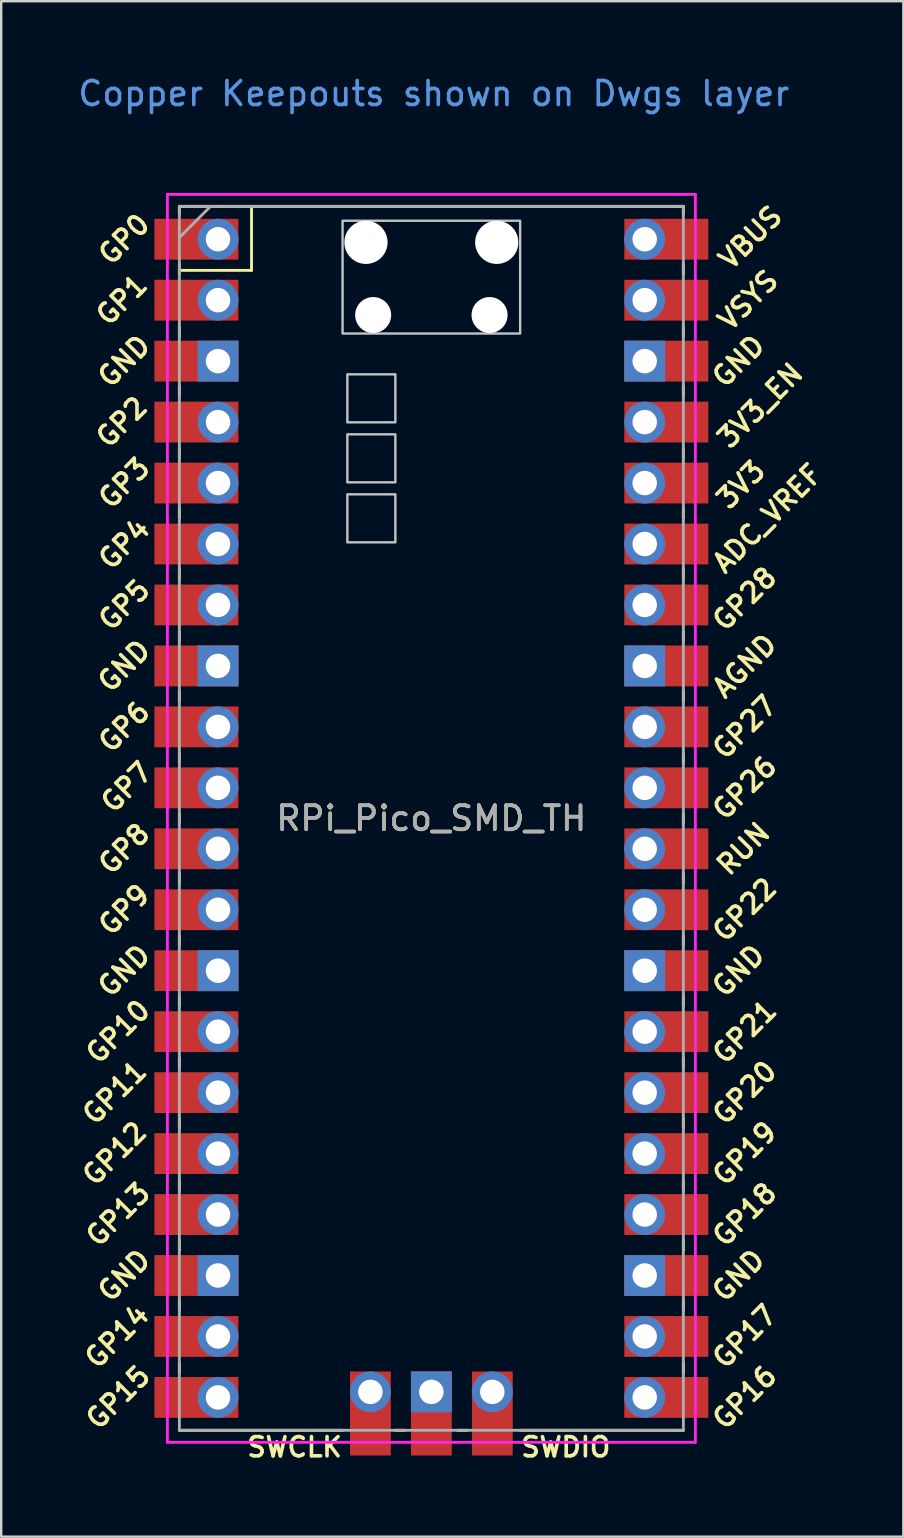
<source format=kicad_pcb>
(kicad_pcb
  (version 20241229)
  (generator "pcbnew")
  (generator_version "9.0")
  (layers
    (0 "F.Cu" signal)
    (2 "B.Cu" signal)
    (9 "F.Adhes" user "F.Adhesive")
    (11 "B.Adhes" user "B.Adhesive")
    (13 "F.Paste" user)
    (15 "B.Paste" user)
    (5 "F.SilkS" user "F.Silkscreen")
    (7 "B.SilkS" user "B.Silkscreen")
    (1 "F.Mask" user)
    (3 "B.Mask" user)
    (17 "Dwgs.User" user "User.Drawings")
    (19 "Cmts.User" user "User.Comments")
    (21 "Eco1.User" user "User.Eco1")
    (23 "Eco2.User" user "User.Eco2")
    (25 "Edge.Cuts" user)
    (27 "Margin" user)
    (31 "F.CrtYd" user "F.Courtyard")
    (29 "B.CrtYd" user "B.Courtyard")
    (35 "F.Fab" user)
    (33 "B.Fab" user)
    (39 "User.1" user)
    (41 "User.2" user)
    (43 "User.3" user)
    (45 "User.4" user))
  (footprint "RPi_Pico_SMD_TH"
    (layer "F.Cu")
    (at 14.924 31.048)
    (property "Reference" "RPi_Pico_SMD_TH" (at 0 0 0) (layer "F.SilkS") (effects (font (size 1 1) (thickness 0.15))))
    (attr through_hole)
    (fp_line (start -10.5 -25.5) (end -10.5 -25.2) (stroke (width 0.12) (type solid)) (layer "F.SilkS"))
    (fp_line (start -10.5 -25.5) (end 10.5 -25.5) (stroke (width 0.12) (type solid)) (layer "F.SilkS"))
    (fp_line (start -10.5 -23.1) (end -10.5 -22.7) (stroke (width 0.12) (type solid)) (layer "F.SilkS"))
    (fp_line (start -10.5 -22.833) (end -7.493 -22.833) (stroke (width 0.12) (type solid)) (layer "F.SilkS"))
    (fp_line (start -10.5 -20.5) (end -10.5 -20.1) (stroke (width 0.12) (type solid)) (layer "F.SilkS"))
    (fp_line (start -10.5 -18) (end -10.5 -17.6) (stroke (width 0.12) (type solid)) (layer "F.SilkS"))
    (fp_line (start -10.5 -15.4) (end -10.5 -15) (stroke (width 0.12) (type solid)) (layer "F.SilkS"))
    (fp_line (start -10.5 -12.9) (end -10.5 -12.5) (stroke (width 0.12) (type solid)) (layer "F.SilkS"))
    (fp_line (start -10.5 -10.4) (end -10.5 -10) (stroke (width 0.12) (type solid)) (layer "F.SilkS"))
    (fp_line (start -10.5 -7.8) (end -10.5 -7.4) (stroke (width 0.12) (type solid)) (layer "F.SilkS"))
    (fp_line (start -10.5 -5.3) (end -10.5 -4.9) (stroke (width 0.12) (type solid)) (layer "F.SilkS"))
    (fp_line (start -10.5 -2.7) (end -10.5 -2.3) (stroke (width 0.12) (type solid)) (layer "F.SilkS"))
    (fp_line (start -10.5 -0.2) (end -10.5 0.2) (stroke (width 0.12) (type solid)) (layer "F.SilkS"))
    (fp_line (start -10.5 2.3) (end -10.5 2.7) (stroke (width 0.12) (type solid)) (layer "F.SilkS"))
    (fp_line (start -10.5 4.9) (end -10.5 5.3) (stroke (width 0.12) (type solid)) (layer "F.SilkS"))
    (fp_line (start -10.5 7.4) (end -10.5 7.8) (stroke (width 0.12) (type solid)) (layer "F.SilkS"))
    (fp_line (start -10.5 10) (end -10.5 10.4) (stroke (width 0.12) (type solid)) (layer "F.SilkS"))
    (fp_line (start -10.5 12.5) (end -10.5 12.9) (stroke (width 0.12) (type solid)) (layer "F.SilkS"))
    (fp_line (start -10.5 15.1) (end -10.5 15.5) (stroke (width 0.12) (type solid)) (layer "F.SilkS"))
    (fp_line (start -10.5 17.6) (end -10.5 18) (stroke (width 0.12) (type solid)) (layer "F.SilkS"))
    (fp_line (start -10.5 20.1) (end -10.5 20.5) (stroke (width 0.12) (type solid)) (layer "F.SilkS"))
    (fp_line (start -10.5 22.7) (end -10.5 23.1) (stroke (width 0.12) (type solid)) (layer "F.SilkS"))
    (fp_line (start -7.493 -22.833) (end -7.493 -25.5) (stroke (width 0.12) (type solid)) (layer "F.SilkS"))
    (fp_line (start -3.7 25.5) (end -10.5 25.5) (stroke (width 0.12) (type solid)) (layer "F.SilkS"))
    (fp_line (start -1.5 25.5) (end -1.1 25.5) (stroke (width 0.12) (type solid)) (layer "F.SilkS"))
    (fp_line (start 1.1 25.5) (end 1.5 25.5) (stroke (width 0.12) (type solid)) (layer "F.SilkS"))
    (fp_line (start 10.5 -25.5) (end 10.5 -25.2) (stroke (width 0.12) (type solid)) (layer "F.SilkS"))
    (fp_line (start 10.5 -23.1) (end 10.5 -22.7) (stroke (width 0.12) (type solid)) (layer "F.SilkS"))
    (fp_line (start 10.5 -20.5) (end 10.5 -20.1) (stroke (width 0.12) (type solid)) (layer "F.SilkS"))
    (fp_line (start 10.5 -18) (end 10.5 -17.6) (stroke (width 0.12) (type solid)) (layer "F.SilkS"))
    (fp_line (start 10.5 -15.4) (end 10.5 -15) (stroke (width 0.12) (type solid)) (layer "F.SilkS"))
    (fp_line (start 10.5 -12.9) (end 10.5 -12.5) (stroke (width 0.12) (type solid)) (layer "F.SilkS"))
    (fp_line (start 10.5 -10.4) (end 10.5 -10) (stroke (width 0.12) (type solid)) (layer "F.SilkS"))
    (fp_line (start 10.5 -7.8) (end 10.5 -7.4) (stroke (width 0.12) (type solid)) (layer "F.SilkS"))
    (fp_line (start 10.5 -5.3) (end 10.5 -4.9) (stroke (width 0.12) (type solid)) (layer "F.SilkS"))
    (fp_line (start 10.5 -2.7) (end 10.5 -2.3) (stroke (width 0.12) (type solid)) (layer "F.SilkS"))
    (fp_line (start 10.5 -0.2) (end 10.5 0.2) (stroke (width 0.12) (type solid)) (layer "F.SilkS"))
    (fp_line (start 10.5 2.3) (end 10.5 2.7) (stroke (width 0.12) (type solid)) (layer "F.SilkS"))
    (fp_line (start 10.5 4.9) (end 10.5 5.3) (stroke (width 0.12) (type solid)) (layer "F.SilkS"))
    (fp_line (start 10.5 7.4) (end 10.5 7.8) (stroke (width 0.12) (type solid)) (layer "F.SilkS"))
    (fp_line (start 10.5 10) (end 10.5 10.4) (stroke (width 0.12) (type solid)) (layer "F.SilkS"))
    (fp_line (start 10.5 12.5) (end 10.5 12.9) (stroke (width 0.12) (type solid)) (layer "F.SilkS"))
    (fp_line (start 10.5 15.1) (end 10.5 15.5) (stroke (width 0.12) (type solid)) (layer "F.SilkS"))
    (fp_line (start 10.5 17.6) (end 10.5 18) (stroke (width 0.12) (type solid)) (layer "F.SilkS"))
    (fp_line (start 10.5 20.1) (end 10.5 20.5) (stroke (width 0.12) (type solid)) (layer "F.SilkS"))
    (fp_line (start 10.5 22.7) (end 10.5 23.1) (stroke (width 0.12) (type solid)) (layer "F.SilkS"))
    (fp_line (start 10.5 25.5) (end 3.7 25.5) (stroke (width 0.12) (type solid)) (layer "F.SilkS"))
    (fp_poly (pts (xy -1.5 -16.5) (xy -3.5 -16.5) (xy -3.5 -18.5) (xy -1.5 -18.5)) (stroke (width 0.1) (type solid)) (fill no) (layer "Dwgs.User"))
    (fp_poly (pts (xy -1.5 -14) (xy -3.5 -14) (xy -3.5 -16) (xy -1.5 -16)) (stroke (width 0.1) (type solid)) (fill no) (layer "Dwgs.User"))
    (fp_poly (pts (xy -1.5 -11.5) (xy -3.5 -11.5) (xy -3.5 -13.5) (xy -1.5 -13.5)) (stroke (width 0.1) (type solid)) (fill no) (layer "Dwgs.User"))
    (fp_poly (pts (xy 3.7 -20.2) (xy -3.7 -20.2) (xy -3.7 -24.9) (xy 3.7 -24.9)) (stroke (width 0.1) (type solid)) (fill no) (layer "Dwgs.User"))
    (fp_line (start -11 -26) (end 11 -26) (stroke (width 0.12) (type solid)) (layer "F.CrtYd"))
    (fp_line (start -11 26) (end -11 -26) (stroke (width 0.12) (type solid)) (layer "F.CrtYd"))
    (fp_line (start 11 -26) (end 11 26) (stroke (width 0.12) (type solid)) (layer "F.CrtYd"))
    (fp_line (start 11 26) (end -11 26) (stroke (width 0.12) (type solid)) (layer "F.CrtYd"))
    (fp_line (start -10.5 -25.5) (end 10.5 -25.5) (stroke (width 0.12) (type solid)) (layer "F.Fab"))
    (fp_line (start -10.5 -24.2) (end -9.2 -25.5) (stroke (width 0.12) (type solid)) (layer "F.Fab"))
    (fp_line (start -10.5 25.5) (end -10.5 -25.5) (stroke (width 0.12) (type solid)) (layer "F.Fab"))
    (fp_line (start 10.5 -25.5) (end 10.5 25.5) (stroke (width 0.12) (type solid)) (layer "F.Fab"))
    (fp_line (start 10.5 25.5) (end -10.5 25.5) (stroke (width 0.12) (type solid)) (layer "F.Fab"))
    (fp_text user "3V3" (at 12.9 -13.9 45) (layer "F.SilkS") (effects (font (size 0.8 0.8) (thickness 0.15))))
    (fp_text user "GP7" (at -12.7 -1.3 45) (layer "F.SilkS") (effects (font (size 0.8 0.8) (thickness 0.15))))
    (fp_text user "GND" (at 12.8 -19.05 45) (layer "F.SilkS") (effects (font (size 0.8 0.8) (thickness 0.15))))
    (fp_text user "GP2" (at -12.9 -16.51 45) (layer "F.SilkS") (effects (font (size 0.8 0.8) (thickness 0.15))))
    (fp_text user "AGND" (at 13.054 -6.35 45) (layer "F.SilkS") (effects (font (size 0.8 0.8) (thickness 0.15))))
    (fp_text user "GND" (at 12.8 6.35 45) (layer "F.SilkS") (effects (font (size 0.8 0.8) (thickness 0.15))))
    (fp_text user "GP17" (at 13.054 21.59 45) (layer "F.SilkS") (effects (font (size 0.8 0.8) (thickness 0.15))))
    (fp_text user "GP4" (at -12.8 -11.43 45) (layer "F.SilkS") (effects (font (size 0.8 0.8) (thickness 0.15))))
    (fp_text user "GP16" (at 13.054 24.13 45) (layer "F.SilkS") (effects (font (size 0.8 0.8) (thickness 0.15))))
    (fp_text user "GP6" (at -12.8 -3.81 45) (layer "F.SilkS") (effects (font (size 0.8 0.8) (thickness 0.15))))
    (fp_text user "RUN" (at 13 1.27 45) (layer "F.SilkS") (effects (font (size 0.8 0.8) (thickness 0.15))))
    (fp_text user "GND" (at 12.8 19.05 45) (layer "F.SilkS") (effects (font (size 0.8 0.8) (thickness 0.15))))
    (fp_text user "GP9" (at -12.8 3.81 45) (layer "F.SilkS") (effects (font (size 0.8 0.8) (thickness 0.15))))
    (fp_text user "GP18" (at 13.054 16.51 45) (layer "F.SilkS") (effects (font (size 0.8 0.8) (thickness 0.15))))
    (fp_text user "GND" (at -12.8 6.35 45) (layer "F.SilkS") (effects (font (size 0.8 0.8) (thickness 0.15))))
    (fp_text user "GP22" (at 13.054 3.81 45) (layer "F.SilkS") (effects (font (size 0.8 0.8) (thickness 0.15))))
    (fp_text user "GP10" (at -13.054 8.89 45) (layer "F.SilkS") (effects (font (size 0.8 0.8) (thickness 0.15))))
    (fp_text user "ADC_VREF" (at 14 -12.5 45) (layer "F.SilkS") (effects (font (size 0.8 0.8) (thickness 0.15))))
    (fp_text user "GP27" (at 13.054 -3.8 45) (layer "F.SilkS") (effects (font (size 0.8 0.8) (thickness 0.15))))
    (fp_text user "SWDIO" (at 5.6 26.2 0) (layer "F.SilkS") (effects (font (size 0.8 0.8) (thickness 0.15))))
    (fp_text user "GND" (at -12.8 -6.35 45) (layer "F.SilkS") (effects (font (size 0.8 0.8) (thickness 0.15))))
    (fp_text user "GP15" (at -13.054 24.13 45) (layer "F.SilkS") (effects (font (size 0.8 0.8) (thickness 0.15))))
    (fp_text user "GND" (at -12.8 19.05 45) (layer "F.SilkS") (effects (font (size 0.8 0.8) (thickness 0.15))))
    (fp_text user "GP14" (at -13.1 21.59 45) (layer "F.SilkS") (effects (font (size 0.8 0.8) (thickness 0.15))))
    (fp_text user "VSYS" (at 13.2 -21.59 45) (layer "F.SilkS") (effects (font (size 0.8 0.8) (thickness 0.15))))
    (fp_text user "GP28" (at 13.054 -9.144 45) (layer "F.SilkS") (effects (font (size 0.8 0.8) (thickness 0.15))))
    (fp_text user "GP8" (at -12.8 1.27 45) (layer "F.SilkS") (effects (font (size 0.8 0.8) (thickness 0.15))))
    (fp_text user "GP26" (at 13.054 -1.27 45) (layer "F.SilkS") (effects (font (size 0.8 0.8) (thickness 0.15))))
    (fp_text user "GP19" (at 13.054 13.97 45) (layer "F.SilkS") (effects (font (size 0.8 0.8) (thickness 0.15))))
    (fp_text user "GP13" (at -13.054 16.51 45) (layer "F.SilkS") (effects (font (size 0.8 0.8) (thickness 0.15))))
    (fp_text user "GP3" (at -12.8 -13.97 45) (layer "F.SilkS") (effects (font (size 0.8 0.8) (thickness 0.15))))
    (fp_text user "GP5" (at -12.8 -8.89 45) (layer "F.SilkS") (effects (font (size 0.8 0.8) (thickness 0.15))))
    (fp_text user "SWCLK" (at -5.7 26.2 0) (layer "F.SilkS") (effects (font (size 0.8 0.8) (thickness 0.15))))
    (fp_text user "GP11" (at -13.2 11.43 45) (layer "F.SilkS") (effects (font (size 0.8 0.8) (thickness 0.15))))
    (fp_text user "GP21" (at 13.054 8.9 45) (layer "F.SilkS") (effects (font (size 0.8 0.8) (thickness 0.15))))
    (fp_text user "GP1" (at -12.9 -21.6 45) (layer "F.SilkS") (effects (font (size 0.8 0.8) (thickness 0.15))))
    (fp_text user "3V3_EN" (at 13.7 -17.2 45) (layer "F.SilkS") (effects (font (size 0.8 0.8) (thickness 0.15))))
    (fp_text user "GP20" (at 13.054 11.43 45) (layer "F.SilkS") (effects (font (size 0.8 0.8) (thickness 0.15))))
    (fp_text user "GP0" (at -12.8 -24.13 45) (layer "F.SilkS") (effects (font (size 0.8 0.8) (thickness 0.15))))
    (fp_text user "VBUS" (at 13.3 -24.2 45) (layer "F.SilkS") (effects (font (size 0.8 0.8) (thickness 0.15))))
    (fp_text user "GP12" (at -13.2 13.97 45) (layer "F.SilkS") (effects (font (size 0.8 0.8) (thickness 0.15))))
    (fp_text user "GND" (at -12.8 -19.05 45) (layer "F.SilkS") (effects (font (size 0.8 0.8) (thickness 0.15))))
    (fp_text user "Copper Keepouts shown on Dwgs layer" (at 0.1 -30.2 0) (layer "Cmts.User") (effects (font (size 1 1) (thickness 0.15))))
    (fp_text user "${REFERENCE}" (at 0 0 180) (layer "F.Fab") (effects (font (size 1 1) (thickness 0.15))))
    (pad "" np_thru_hole oval (at -2.725 -24) (size 1.8 1.8) (drill 1.8) (layers "*.Cu" "*.Mask"))
    (pad "" np_thru_hole oval (at -2.425 -20.97) (size 1.5 1.5) (drill 1.5) (layers "*.Cu" "*.Mask"))
    (pad "" np_thru_hole oval (at 2.425 -20.97) (size 1.5 1.5) (drill 1.5) (layers "*.Cu" "*.Mask"))
    (pad "" np_thru_hole oval (at 2.725 -24) (size 1.8 1.8) (drill 1.8) (layers "*.Cu" "*.Mask"))
    (pad "1" thru_hole oval (at -8.89 -24.13) (size 1.7 1.7) (drill 1.02) (layers "*.Cu" "*.Mask"))
    (pad "1" smd rect (at -8.89 -24.13) (size 3.5 1.7) (drill (offset -0.9 0)) (layers "F.Cu" "F.Mask"))
    (pad "2" thru_hole oval (at -8.89 -21.59) (size 1.7 1.7) (drill 1.02) (layers "*.Cu" "*.Mask"))
    (pad "2" smd rect (at -8.89 -21.59) (size 3.5 1.7) (drill (offset -0.9 0)) (layers "F.Cu" "F.Mask"))
    (pad "3" thru_hole rect (at -8.89 -19.05) (size 1.7 1.7) (drill 1.02) (layers "*.Cu" "*.Mask"))
    (pad "3" smd rect (at -8.89 -19.05) (size 3.5 1.7) (drill (offset -0.9 0)) (layers "F.Cu" "F.Mask"))
    (pad "4" thru_hole oval (at -8.89 -16.51) (size 1.7 1.7) (drill 1.02) (layers "*.Cu" "*.Mask"))
    (pad "4" smd rect (at -8.89 -16.51) (size 3.5 1.7) (drill (offset -0.9 0)) (layers "F.Cu" "F.Mask"))
    (pad "5" thru_hole oval (at -8.89 -13.97) (size 1.7 1.7) (drill 1.02) (layers "*.Cu" "*.Mask"))
    (pad "5" smd rect (at -8.89 -13.97) (size 3.5 1.7) (drill (offset -0.9 0)) (layers "F.Cu" "F.Mask"))
    (pad "6" thru_hole oval (at -8.89 -11.43) (size 1.7 1.7) (drill 1.02) (layers "*.Cu" "*.Mask"))
    (pad "6" smd rect (at -8.89 -11.43) (size 3.5 1.7) (drill (offset -0.9 0)) (layers "F.Cu" "F.Mask"))
    (pad "7" thru_hole oval (at -8.89 -8.89) (size 1.7 1.7) (drill 1.02) (layers "*.Cu" "*.Mask"))
    (pad "7" smd rect (at -8.89 -8.89) (size 3.5 1.7) (drill (offset -0.9 0)) (layers "F.Cu" "F.Mask"))
    (pad "8" thru_hole rect (at -8.89 -6.35) (size 1.7 1.7) (drill 1.02) (layers "*.Cu" "*.Mask"))
    (pad "8" smd rect (at -8.89 -6.35) (size 3.5 1.7) (drill (offset -0.9 0)) (layers "F.Cu" "F.Mask"))
    (pad "9" thru_hole oval (at -8.89 -3.81) (size 1.7 1.7) (drill 1.02) (layers "*.Cu" "*.Mask"))
    (pad "9" smd rect (at -8.89 -3.81) (size 3.5 1.7) (drill (offset -0.9 0)) (layers "F.Cu" "F.Mask"))
    (pad "10" thru_hole oval (at -8.89 -1.27) (size 1.7 1.7) (drill 1.02) (layers "*.Cu" "*.Mask"))
    (pad "10" smd rect (at -8.89 -1.27) (size 3.5 1.7) (drill (offset -0.9 0)) (layers "F.Cu" "F.Mask"))
    (pad "11" thru_hole oval (at -8.89 1.27) (size 1.7 1.7) (drill 1.02) (layers "*.Cu" "*.Mask"))
    (pad "11" smd rect (at -8.89 1.27) (size 3.5 1.7) (drill (offset -0.9 0)) (layers "F.Cu" "F.Mask"))
    (pad "12" thru_hole oval (at -8.89 3.81) (size 1.7 1.7) (drill 1.02) (layers "*.Cu" "*.Mask"))
    (pad "12" smd rect (at -8.89 3.81) (size 3.5 1.7) (drill (offset -0.9 0)) (layers "F.Cu" "F.Mask"))
    (pad "13" thru_hole rect (at -8.89 6.35) (size 1.7 1.7) (drill 1.02) (layers "*.Cu" "*.Mask"))
    (pad "13" smd rect (at -8.89 6.35) (size 3.5 1.7) (drill (offset -0.9 0)) (layers "F.Cu" "F.Mask"))
    (pad "14" thru_hole oval (at -8.89 8.89) (size 1.7 1.7) (drill 1.02) (layers "*.Cu" "*.Mask"))
    (pad "14" smd rect (at -8.89 8.89) (size 3.5 1.7) (drill (offset -0.9 0)) (layers "F.Cu" "F.Mask"))
    (pad "15" thru_hole oval (at -8.89 11.43) (size 1.7 1.7) (drill 1.02) (layers "*.Cu" "*.Mask"))
    (pad "15" smd rect (at -8.89 11.43) (size 3.5 1.7) (drill (offset -0.9 0)) (layers "F.Cu" "F.Mask"))
    (pad "16" thru_hole oval (at -8.89 13.97) (size 1.7 1.7) (drill 1.02) (layers "*.Cu" "*.Mask"))
    (pad "16" smd rect (at -8.89 13.97) (size 3.5 1.7) (drill (offset -0.9 0)) (layers "F.Cu" "F.Mask"))
    (pad "17" thru_hole oval (at -8.89 16.51) (size 1.7 1.7) (drill 1.02) (layers "*.Cu" "*.Mask"))
    (pad "17" smd rect (at -8.89 16.51) (size 3.5 1.7) (drill (offset -0.9 0)) (layers "F.Cu" "F.Mask"))
    (pad "18" thru_hole rect (at -8.89 19.05) (size 1.7 1.7) (drill 1.02) (layers "*.Cu" "*.Mask"))
    (pad "18" smd rect (at -8.89 19.05) (size 3.5 1.7) (drill (offset -0.9 0)) (layers "F.Cu" "F.Mask"))
    (pad "19" thru_hole oval (at -8.89 21.59) (size 1.7 1.7) (drill 1.02) (layers "*.Cu" "*.Mask"))
    (pad "19" smd rect (at -8.89 21.59) (size 3.5 1.7) (drill (offset -0.9 0)) (layers "F.Cu" "F.Mask"))
    (pad "20" thru_hole oval (at -8.89 24.13) (size 1.7 1.7) (drill 1.02) (layers "*.Cu" "*.Mask"))
    (pad "20" smd rect (at -8.89 24.13) (size 3.5 1.7) (drill (offset -0.9 0)) (layers "F.Cu" "F.Mask"))
    (pad "21" thru_hole oval (at 8.89 24.13) (size 1.7 1.7) (drill 1.02) (layers "*.Cu" "*.Mask"))
    (pad "21" smd rect (at 8.89 24.13) (size 3.5 1.7) (drill (offset 0.9 0)) (layers "F.Cu" "F.Mask"))
    (pad "22" thru_hole oval (at 8.89 21.59) (size 1.7 1.7) (drill 1.02) (layers "*.Cu" "*.Mask"))
    (pad "22" smd rect (at 8.89 21.59) (size 3.5 1.7) (drill (offset 0.9 0)) (layers "F.Cu" "F.Mask"))
    (pad "23" thru_hole rect (at 8.89 19.05) (size 1.7 1.7) (drill 1.02) (layers "*.Cu" "*.Mask"))
    (pad "23" smd rect (at 8.89 19.05) (size 3.5 1.7) (drill (offset 0.9 0)) (layers "F.Cu" "F.Mask"))
    (pad "24" thru_hole oval (at 8.89 16.51) (size 1.7 1.7) (drill 1.02) (layers "*.Cu" "*.Mask"))
    (pad "24" smd rect (at 8.89 16.51) (size 3.5 1.7) (drill (offset 0.9 0)) (layers "F.Cu" "F.Mask"))
    (pad "25" thru_hole oval (at 8.89 13.97) (size 1.7 1.7) (drill 1.02) (layers "*.Cu" "*.Mask"))
    (pad "25" smd rect (at 8.89 13.97) (size 3.5 1.7) (drill (offset 0.9 0)) (layers "F.Cu" "F.Mask"))
    (pad "26" thru_hole oval (at 8.89 11.43) (size 1.7 1.7) (drill 1.02) (layers "*.Cu" "*.Mask"))
    (pad "26" smd rect (at 8.89 11.43) (size 3.5 1.7) (drill (offset 0.9 0)) (layers "F.Cu" "F.Mask"))
    (pad "27" thru_hole oval (at 8.89 8.89) (size 1.7 1.7) (drill 1.02) (layers "*.Cu" "*.Mask"))
    (pad "27" smd rect (at 8.89 8.89) (size 3.5 1.7) (drill (offset 0.9 0)) (layers "F.Cu" "F.Mask"))
    (pad "28" thru_hole rect (at 8.89 6.35) (size 1.7 1.7) (drill 1.02) (layers "*.Cu" "*.Mask"))
    (pad "28" smd rect (at 8.89 6.35) (size 3.5 1.7) (drill (offset 0.9 0)) (layers "F.Cu" "F.Mask"))
    (pad "29" thru_hole oval (at 8.89 3.81) (size 1.7 1.7) (drill 1.02) (layers "*.Cu" "*.Mask"))
    (pad "29" smd rect (at 8.89 3.81) (size 3.5 1.7) (drill (offset 0.9 0)) (layers "F.Cu" "F.Mask"))
    (pad "30" thru_hole oval (at 8.89 1.27) (size 1.7 1.7) (drill 1.02) (layers "*.Cu" "*.Mask"))
    (pad "30" smd rect (at 8.89 1.27) (size 3.5 1.7) (drill (offset 0.9 0)) (layers "F.Cu" "F.Mask"))
    (pad "31" thru_hole oval (at 8.89 -1.27) (size 1.7 1.7) (drill 1.02) (layers "*.Cu" "*.Mask"))
    (pad "31" smd rect (at 8.89 -1.27) (size 3.5 1.7) (drill (offset 0.9 0)) (layers "F.Cu" "F.Mask"))
    (pad "32" thru_hole oval (at 8.89 -3.81) (size 1.7 1.7) (drill 1.02) (layers "*.Cu" "*.Mask"))
    (pad "32" smd rect (at 8.89 -3.81) (size 3.5 1.7) (drill (offset 0.9 0)) (layers "F.Cu" "F.Mask"))
    (pad "33" thru_hole rect (at 8.89 -6.35) (size 1.7 1.7) (drill 1.02) (layers "*.Cu" "*.Mask"))
    (pad "33" smd rect (at 8.89 -6.35) (size 3.5 1.7) (drill (offset 0.9 0)) (layers "F.Cu" "F.Mask"))
    (pad "34" thru_hole oval (at 8.89 -8.89) (size 1.7 1.7) (drill 1.02) (layers "*.Cu" "*.Mask"))
    (pad "34" smd rect (at 8.89 -8.89) (size 3.5 1.7) (drill (offset 0.9 0)) (layers "F.Cu" "F.Mask"))
    (pad "35" thru_hole oval (at 8.89 -11.43) (size 1.7 1.7) (drill 1.02) (layers "*.Cu" "*.Mask"))
    (pad "35" smd rect (at 8.89 -11.43) (size 3.5 1.7) (drill (offset 0.9 0)) (layers "F.Cu" "F.Mask"))
    (pad "36" thru_hole oval (at 8.89 -13.97) (size 1.7 1.7) (drill 1.02) (layers "*.Cu" "*.Mask"))
    (pad "36" smd rect (at 8.89 -13.97) (size 3.5 1.7) (drill (offset 0.9 0)) (layers "F.Cu" "F.Mask"))
    (pad "37" thru_hole oval (at 8.89 -16.51) (size 1.7 1.7) (drill 1.02) (layers "*.Cu" "*.Mask"))
    (pad "37" smd rect (at 8.89 -16.51) (size 3.5 1.7) (drill (offset 0.9 0)) (layers "F.Cu" "F.Mask"))
    (pad "38" thru_hole rect (at 8.89 -19.05) (size 1.7 1.7) (drill 1.02) (layers "*.Cu" "*.Mask"))
    (pad "38" smd rect (at 8.89 -19.05) (size 3.5 1.7) (drill (offset 0.9 0)) (layers "F.Cu" "F.Mask"))
    (pad "39" thru_hole oval (at 8.89 -21.59) (size 1.7 1.7) (drill 1.02) (layers "*.Cu" "*.Mask"))
    (pad "39" smd rect (at 8.89 -21.59) (size 3.5 1.7) (drill (offset 0.9 0)) (layers "F.Cu" "F.Mask"))
    (pad "40" thru_hole oval (at 8.89 -24.13) (size 1.7 1.7) (drill 1.02) (layers "*.Cu" "*.Mask"))
    (pad "40" smd rect (at 8.89 -24.13) (size 3.5 1.7) (drill (offset 0.9 0)) (layers "F.Cu" "F.Mask"))
    (pad "41" thru_hole oval (at -2.54 23.9) (size 1.7 1.7) (drill 1.02) (layers "*.Cu" "*.Mask"))
    (pad "41" smd rect (at -2.54 23.9 90) (size 3.5 1.7) (drill (offset -0.9 0)) (layers "F.Cu" "F.Mask"))
    (pad "42" thru_hole rect (at 0 23.9) (size 1.7 1.7) (drill 1.02) (layers "*.Cu" "*.Mask"))
    (pad "42" smd rect (at 0 23.9 90) (size 3.5 1.7) (drill (offset -0.9 0)) (layers "F.Cu" "F.Mask"))
    (pad "43" thru_hole oval (at 2.54 23.9) (size 1.7 1.7) (drill 1.02) (layers "*.Cu" "*.Mask"))
    (pad "43" smd rect (at 2.54 23.9 90) (size 3.5 1.7) (drill (offset -0.9 0)) (layers "F.Cu" "F.Mask")))
  (gr_rect
    (start -3 -3)
    (end 34.591 60.98)
    (stroke (width 0.1) (type default))
    (fill no)
    (layer "Edge.Cuts")))
</source>
